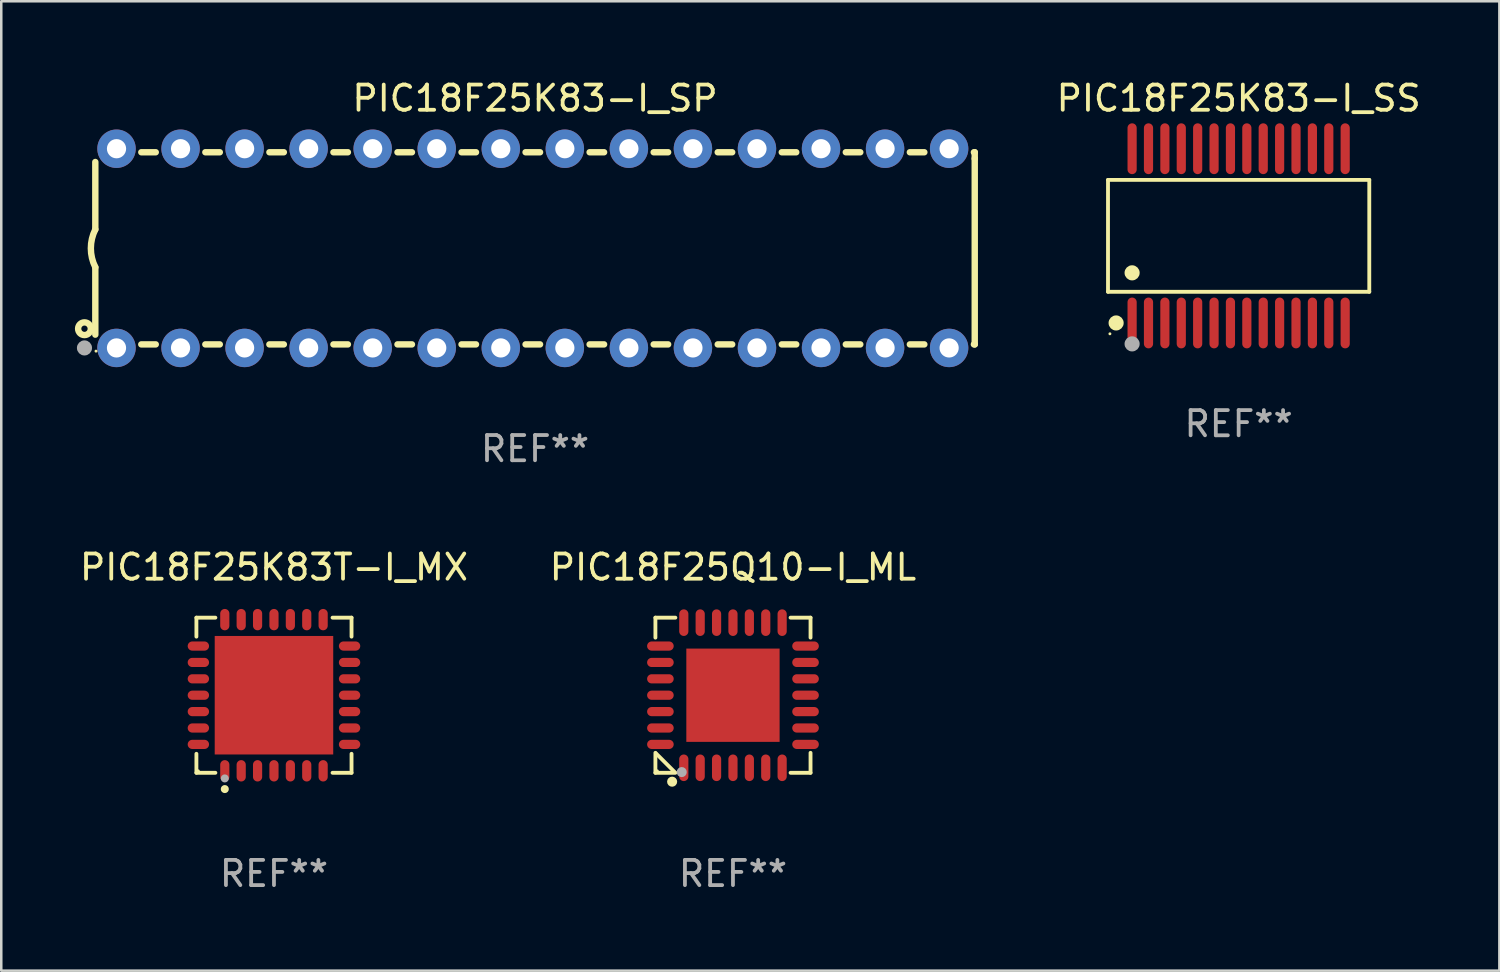
<source format=kicad_pcb>
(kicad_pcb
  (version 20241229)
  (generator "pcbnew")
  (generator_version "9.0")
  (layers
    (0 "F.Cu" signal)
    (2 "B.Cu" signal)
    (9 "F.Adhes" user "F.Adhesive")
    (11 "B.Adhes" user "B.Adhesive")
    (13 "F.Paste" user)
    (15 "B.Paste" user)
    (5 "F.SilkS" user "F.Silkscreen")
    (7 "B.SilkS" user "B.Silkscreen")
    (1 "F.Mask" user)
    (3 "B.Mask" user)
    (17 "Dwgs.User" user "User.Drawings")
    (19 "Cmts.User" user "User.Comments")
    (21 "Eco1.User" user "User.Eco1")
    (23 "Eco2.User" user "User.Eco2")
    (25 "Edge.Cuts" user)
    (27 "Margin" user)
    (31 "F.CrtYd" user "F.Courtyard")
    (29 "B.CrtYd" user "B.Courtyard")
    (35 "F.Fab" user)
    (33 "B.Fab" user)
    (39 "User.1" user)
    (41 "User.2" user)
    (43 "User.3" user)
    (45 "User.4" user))
  (footprint "PIC18F25K83-I_SS"
    (layer "F.Cu")
    (at 46.072 6.303)
    (property "Reference" "PIC18F25K83-I_SS" (at 0 -5.455 0) (layer "F.SilkS") (effects (font (size 1 1) (thickness 0.15))))
    (attr through_hole)
    (fp_line (start -5.181 -2.219) (end 5.181 -2.219) (stroke (width 0.152) (type solid)) (layer "F.SilkS"))
    (fp_line (start -5.181 2.219) (end -5.181 -2.219) (stroke (width 0.152) (type solid)) (layer "F.SilkS"))
    (fp_line (start 5.181 -2.219) (end 5.181 2.219) (stroke (width 0.152) (type solid)) (layer "F.SilkS"))
    (fp_line (start 5.181 2.219) (end -5.181 2.219) (stroke (width 0.152) (type solid)) (layer "F.SilkS"))
    (fp_circle (center -5.105 3.885) (end -5.075 3.885) (stroke (width 0.06) (type solid)) (fill no) (layer "F.SilkS"))
    (fp_circle (center -4.859 3.455) (end -4.709 3.455) (stroke (width 0.3) (type solid)) (fill no) (layer "F.SilkS"))
    (fp_circle (center -4.225 1.467) (end -4.075 1.467) (stroke (width 0.3) (type solid)) (fill no) (layer "F.SilkS"))
    (fp_circle (center -4.225 4.285) (end -4.075 4.285) (stroke (width 0.3) (type solid)) (fill no) (layer "F.Fab"))
    (fp_text user "REF**" (at 0 7.455 0) (layer "F.Fab") (effects (font (size 1 1) (thickness 0.15))))
    (pad "1" smd oval (at -4.225 3.455) (size 0.364 2.015) (layers "F.Cu" "F.Mask" "F.Paste"))
    (pad "2" smd oval (at -3.575 3.455) (size 0.364 2.015) (layers "F.Cu" "F.Mask" "F.Paste"))
    (pad "3" smd oval (at -2.925 3.455) (size 0.364 2.015) (layers "F.Cu" "F.Mask" "F.Paste"))
    (pad "4" smd oval (at -2.275 3.455) (size 0.364 2.015) (layers "F.Cu" "F.Mask" "F.Paste"))
    (pad "5" smd oval (at -1.625 3.455) (size 0.364 2.015) (layers "F.Cu" "F.Mask" "F.Paste"))
    (pad "6" smd oval (at -0.975 3.455) (size 0.364 2.015) (layers "F.Cu" "F.Mask" "F.Paste"))
    (pad "7" smd oval (at -0.325 3.455) (size 0.364 2.015) (layers "F.Cu" "F.Mask" "F.Paste"))
    (pad "8" smd oval (at 0.325 3.455) (size 0.364 2.015) (layers "F.Cu" "F.Mask" "F.Paste"))
    (pad "9" smd oval (at 0.975 3.455) (size 0.364 2.015) (layers "F.Cu" "F.Mask" "F.Paste"))
    (pad "10" smd oval (at 1.625 3.455) (size 0.364 2.015) (layers "F.Cu" "F.Mask" "F.Paste"))
    (pad "11" smd oval (at 2.275 3.455) (size 0.364 2.015) (layers "F.Cu" "F.Mask" "F.Paste"))
    (pad "12" smd oval (at 2.925 3.455) (size 0.364 2.015) (layers "F.Cu" "F.Mask" "F.Paste"))
    (pad "13" smd oval (at 3.575 3.455) (size 0.364 2.015) (layers "F.Cu" "F.Mask" "F.Paste"))
    (pad "14" smd oval (at 4.225 3.455) (size 0.364 2.015) (layers "F.Cu" "F.Mask" "F.Paste"))
    (pad "15" smd oval (at 4.225 -3.455) (size 0.364 2.015) (layers "F.Cu" "F.Mask" "F.Paste"))
    (pad "16" smd oval (at 3.575 -3.455) (size 0.364 2.015) (layers "F.Cu" "F.Mask" "F.Paste"))
    (pad "17" smd oval (at 2.925 -3.455) (size 0.364 2.015) (layers "F.Cu" "F.Mask" "F.Paste"))
    (pad "18" smd oval (at 2.275 -3.455) (size 0.364 2.015) (layers "F.Cu" "F.Mask" "F.Paste"))
    (pad "19" smd oval (at 1.625 -3.455) (size 0.364 2.015) (layers "F.Cu" "F.Mask" "F.Paste"))
    (pad "20" smd oval (at 0.975 -3.455) (size 0.364 2.015) (layers "F.Cu" "F.Mask" "F.Paste"))
    (pad "21" smd oval (at 0.325 -3.455) (size 0.364 2.015) (layers "F.Cu" "F.Mask" "F.Paste"))
    (pad "22" smd oval (at -0.325 -3.455) (size 0.364 2.015) (layers "F.Cu" "F.Mask" "F.Paste"))
    (pad "23" smd oval (at -0.975 -3.455) (size 0.364 2.015) (layers "F.Cu" "F.Mask" "F.Paste"))
    (pad "24" smd oval (at -1.625 -3.455) (size 0.364 2.015) (layers "F.Cu" "F.Mask" "F.Paste"))
    (pad "25" smd oval (at -2.275 -3.455) (size 0.364 2.015) (layers "F.Cu" "F.Mask" "F.Paste"))
    (pad "26" smd oval (at -2.925 -3.455) (size 0.364 2.015) (layers "F.Cu" "F.Mask" "F.Paste"))
    (pad "27" smd oval (at -3.575 -3.455) (size 0.364 2.015) (layers "F.Cu" "F.Mask" "F.Paste"))
    (pad "28" smd oval (at -4.225 -3.455) (size 0.364 2.015) (layers "F.Cu" "F.Mask" "F.Paste")))
  (footprint "PIC18F25K83-I_SP"
    (layer "F.Cu")
    (at 18.168 6.798)
    (property "Reference" "PIC18F25K83-I_SP" (at 0 -5.95 0) (layer "F.SilkS") (effects (font (size 1 1) (thickness 0.15))))
    (attr through_hole)
    (fp_line (start -17.438 0.75) (end -17.438 3.423) (stroke (width 0.254) (type solid)) (layer "F.SilkS"))
    (fp_line (start -17.438 -3.423) (end -17.438 -0.75) (stroke (width 0.254) (type solid)) (layer "F.SilkS"))
    (fp_line (start -15.615 3.81) (end -15.041 3.81) (stroke (width 0.254) (type solid)) (layer "F.SilkS"))
    (fp_line (start -15.041 -3.81) (end -15.614 -3.81) (stroke (width 0.254) (type solid)) (layer "F.SilkS"))
    (fp_line (start -13.075 3.81) (end -12.501 3.81) (stroke (width 0.254) (type solid)) (layer "F.SilkS"))
    (fp_line (start -12.501 -3.81) (end -13.074 -3.81) (stroke (width 0.254) (type solid)) (layer "F.SilkS"))
    (fp_line (start -10.535 3.81) (end -9.961 3.81) (stroke (width 0.254) (type solid)) (layer "F.SilkS"))
    (fp_line (start -9.961 -3.81) (end -10.534 -3.81) (stroke (width 0.254) (type solid)) (layer "F.SilkS"))
    (fp_line (start -7.995 3.81) (end -7.421 3.81) (stroke (width 0.254) (type solid)) (layer "F.SilkS"))
    (fp_line (start -7.421 -3.81) (end -7.995 -3.81) (stroke (width 0.254) (type solid)) (layer "F.SilkS"))
    (fp_line (start -5.455 3.81) (end -4.881 3.81) (stroke (width 0.254) (type solid)) (layer "F.SilkS"))
    (fp_line (start -4.881 -3.81) (end -5.455 -3.81) (stroke (width 0.254) (type solid)) (layer "F.SilkS"))
    (fp_line (start -2.915 3.81) (end -2.341 3.81) (stroke (width 0.254) (type solid)) (layer "F.SilkS"))
    (fp_line (start -2.341 -3.81) (end -2.915 -3.81) (stroke (width 0.254) (type solid)) (layer "F.SilkS"))
    (fp_line (start -0.375 3.81) (end 0.199 3.81) (stroke (width 0.254) (type solid)) (layer "F.SilkS"))
    (fp_line (start 0.199 -3.81) (end -0.375 -3.81) (stroke (width 0.254) (type solid)) (layer "F.SilkS"))
    (fp_line (start 2.165 3.81) (end 2.739 3.81) (stroke (width 0.254) (type solid)) (layer "F.SilkS"))
    (fp_line (start 2.739 -3.81) (end 2.165 -3.81) (stroke (width 0.254) (type solid)) (layer "F.SilkS"))
    (fp_line (start 4.705 3.81) (end 5.279 3.81) (stroke (width 0.254) (type solid)) (layer "F.SilkS"))
    (fp_line (start 5.279 -3.81) (end 4.705 -3.81) (stroke (width 0.254) (type solid)) (layer "F.SilkS"))
    (fp_line (start 7.245 3.81) (end 7.819 3.81) (stroke (width 0.254) (type solid)) (layer "F.SilkS"))
    (fp_line (start 7.819 -3.81) (end 7.245 -3.81) (stroke (width 0.254) (type solid)) (layer "F.SilkS"))
    (fp_line (start 9.785 3.81) (end 10.359 3.81) (stroke (width 0.254) (type solid)) (layer "F.SilkS"))
    (fp_line (start 10.359 -3.81) (end 9.785 -3.81) (stroke (width 0.254) (type solid)) (layer "F.SilkS"))
    (fp_line (start 12.325 3.81) (end 12.899 3.81) (stroke (width 0.254) (type solid)) (layer "F.SilkS"))
    (fp_line (start 12.899 -3.81) (end 12.325 -3.81) (stroke (width 0.254) (type solid)) (layer "F.SilkS"))
    (fp_line (start 14.865 3.81) (end 15.439 3.81) (stroke (width 0.254) (type solid)) (layer "F.SilkS"))
    (fp_line (start 15.439 -3.81) (end 14.865 -3.81) (stroke (width 0.254) (type solid)) (layer "F.SilkS"))
    (fp_line (start 17.405 3.81) (end 17.438 3.81) (stroke (width 0.254) (type solid)) (layer "F.SilkS"))
    (fp_line (start 17.438 -3.81) (end 17.405 -3.81) (stroke (width 0.254) (type solid)) (layer "F.SilkS"))
    (fp_line (start 17.438 -3.556) (end 17.438 -3.81) (stroke (width 0.254) (type solid)) (layer "F.SilkS"))
    (fp_line (start 17.438 3.81) (end 17.438 -3.556) (stroke (width 0.254) (type solid)) (layer "F.SilkS"))
    (fp_arc (start -17.437986 0.749657) (mid -17.614887 -0.000024) (end -17.437783 -0.749657) (stroke (width 0.254001) (type solid)) (layer "F.SilkS"))
    (fp_circle (center -17.868 3.188) (end -17.743 3.188) (stroke (width 0.254) (type solid)) (fill no) (layer "F.SilkS"))
    (fp_circle (center -17.411 4.077) (end -17.381 4.077) (stroke (width 0.06) (type solid)) (fill no) (layer "F.SilkS"))
    (fp_circle (center -17.868 3.95) (end -17.718 3.95) (stroke (width 0.3) (type solid)) (fill no) (layer "F.Fab"))
    (fp_text user "REF**" (at 0 7.95 0) (layer "F.Fab") (effects (font (size 1 1) (thickness 0.15))))
    (pad "1" thru_hole circle (at -16.598 3.95) (size 1.524 1.524) (drill 0.762) (layers "*.Cu" "*.Mask"))
    (pad "2" thru_hole circle (at -14.058 3.95) (size 1.524 1.524) (drill 0.762) (layers "*.Cu" "*.Mask"))
    (pad "3" thru_hole circle (at -11.518 3.95) (size 1.524 1.524) (drill 0.762) (layers "*.Cu" "*.Mask"))
    (pad "4" thru_hole circle (at -8.978 3.95) (size 1.524 1.524) (drill 0.762) (layers "*.Cu" "*.Mask"))
    (pad "5" thru_hole circle (at -6.438 3.95) (size 1.524 1.524) (drill 0.762) (layers "*.Cu" "*.Mask"))
    (pad "6" thru_hole circle (at -3.898 3.95) (size 1.524 1.524) (drill 0.762) (layers "*.Cu" "*.Mask"))
    (pad "7" thru_hole circle (at -1.358 3.95) (size 1.524 1.524) (drill 0.762) (layers "*.Cu" "*.Mask"))
    (pad "8" thru_hole circle (at 1.182 3.95) (size 1.524 1.524) (drill 0.762) (layers "*.Cu" "*.Mask"))
    (pad "9" thru_hole circle (at 3.722 3.95) (size 1.524 1.524) (drill 0.762) (layers "*.Cu" "*.Mask"))
    (pad "10" thru_hole circle (at 6.262 3.95) (size 1.524 1.524) (drill 0.762) (layers "*.Cu" "*.Mask"))
    (pad "11" thru_hole circle (at 8.802 3.95) (size 1.524 1.524) (drill 0.762) (layers "*.Cu" "*.Mask"))
    (pad "12" thru_hole circle (at 11.342 3.95) (size 1.524 1.524) (drill 0.762) (layers "*.Cu" "*.Mask"))
    (pad "13" thru_hole circle (at 13.882 3.95) (size 1.524 1.524) (drill 0.762) (layers "*.Cu" "*.Mask"))
    (pad "14" thru_hole circle (at 16.422 3.95) (size 1.524 1.524) (drill 0.762) (layers "*.Cu" "*.Mask"))
    (pad "15" thru_hole circle (at 16.422 -3.95) (size 1.524 1.524) (drill 0.762) (layers "*.Cu" "*.Mask"))
    (pad "16" thru_hole circle (at 13.882 -3.95) (size 1.524 1.524) (drill 0.762) (layers "*.Cu" "*.Mask"))
    (pad "17" thru_hole circle (at 11.342 -3.95) (size 1.524 1.524) (drill 0.762) (layers "*.Cu" "*.Mask"))
    (pad "18" thru_hole circle (at 8.802 -3.95) (size 1.524 1.524) (drill 0.762) (layers "*.Cu" "*.Mask"))
    (pad "19" thru_hole circle (at 6.262 -3.95) (size 1.524 1.524) (drill 0.762) (layers "*.Cu" "*.Mask"))
    (pad "20" thru_hole circle (at 3.722 -3.95) (size 1.524 1.524) (drill 0.762) (layers "*.Cu" "*.Mask"))
    (pad "21" thru_hole circle (at 1.182 -3.95) (size 1.524 1.524) (drill 0.762) (layers "*.Cu" "*.Mask"))
    (pad "22" thru_hole circle (at -1.358 -3.95) (size 1.524 1.524) (drill 0.762) (layers "*.Cu" "*.Mask"))
    (pad "23" thru_hole circle (at -3.898 -3.95) (size 1.524 1.524) (drill 0.762) (layers "*.Cu" "*.Mask"))
    (pad "24" thru_hole circle (at -6.438 -3.95) (size 1.524 1.524) (drill 0.762) (layers "*.Cu" "*.Mask"))
    (pad "25" thru_hole circle (at -8.978 -3.95) (size 1.524 1.524) (drill 0.762) (layers "*.Cu" "*.Mask"))
    (pad "26" thru_hole circle (at -11.517 -3.95) (size 1.524 1.524) (drill 0.762) (layers "*.Cu" "*.Mask"))
    (pad "27" thru_hole circle (at -14.057 -3.95) (size 1.524 1.524) (drill 0.762) (layers "*.Cu" "*.Mask"))
    (pad "28" thru_hole circle (at -16.597 -3.95) (size 1.524 1.524) (drill 0.762) (layers "*.Cu" "*.Mask")))
  (footprint "PIC18F25Q10-I_ML"
    (layer "F.Cu")
    (at 26.018 24.521)
    (property "Reference" "PIC18F25Q10-I_ML" (at 0 -5.076 0) (layer "F.SilkS") (effects (font (size 1 1) (thickness 0.15))))
    (attr through_hole)
    (fp_line (start -3.076 -3.076) (end -3.076 -2.284) (stroke (width 0.152) (type solid)) (layer "F.SilkS"))
    (fp_line (start -3.076 3.076) (end -3.076 2.284) (stroke (width 0.152) (type solid)) (layer "F.SilkS"))
    (fp_line (start -3.049 2.311) (end -2.311 3.049) (stroke (width 0.152) (type solid)) (layer "F.SilkS"))
    (fp_line (start -2.284 -3.076) (end -3.076 -3.076) (stroke (width 0.152) (type solid)) (layer "F.SilkS"))
    (fp_line (start -2.284 3.076) (end -3.076 3.076) (stroke (width 0.152) (type solid)) (layer "F.SilkS"))
    (fp_line (start 2.284 -3.076) (end 3.076 -3.076) (stroke (width 0.152) (type solid)) (layer "F.SilkS"))
    (fp_line (start 2.284 3.076) (end 3.076 3.076) (stroke (width 0.152) (type solid)) (layer "F.SilkS"))
    (fp_line (start 3.076 -3.076) (end 3.076 -2.284) (stroke (width 0.152) (type solid)) (layer "F.SilkS"))
    (fp_line (start 3.076 3.076) (end 3.076 2.284) (stroke (width 0.152) (type solid)) (layer "F.SilkS"))
    (fp_circle (center -3 3) (end -2.97 3) (stroke (width 0.06) (type solid)) (fill no) (layer "F.SilkS"))
    (fp_circle (center -2.413 3.429) (end -2.313 3.429) (stroke (width 0.2) (type solid)) (fill no) (layer "F.SilkS"))
    (fp_circle (center -2.032 3.048) (end -1.932 3.048) (stroke (width 0.2) (type solid)) (fill no) (layer "F.Fab"))
    (fp_text user "REF**" (at 0 7.076 0) (layer "F.Fab") (effects (font (size 1 1) (thickness 0.15))))
    (pad "1" smd oval (at -1.95 2.878) (size 0.364 1.055) (layers "F.Cu" "F.Mask" "F.Paste"))
    (pad "2" smd oval (at -1.3 2.878) (size 0.364 1.055) (layers "F.Cu" "F.Mask" "F.Paste"))
    (pad "3" smd oval (at -0.65 2.878) (size 0.364 1.055) (layers "F.Cu" "F.Mask" "F.Paste"))
    (pad "4" smd oval (at 0 2.878) (size 0.364 1.055) (layers "F.Cu" "F.Mask" "F.Paste"))
    (pad "5" smd oval (at 0.65 2.878) (size 0.364 1.055) (layers "F.Cu" "F.Mask" "F.Paste"))
    (pad "6" smd oval (at 1.3 2.878) (size 0.364 1.055) (layers "F.Cu" "F.Mask" "F.Paste"))
    (pad "7" smd oval (at 1.95 2.878) (size 0.364 1.055) (layers "F.Cu" "F.Mask" "F.Paste"))
    (pad "8" smd oval (at 2.878 1.95) (size 1.055 0.364) (layers "F.Cu" "F.Mask" "F.Paste"))
    (pad "9" smd oval (at 2.878 1.3) (size 1.055 0.364) (layers "F.Cu" "F.Mask" "F.Paste"))
    (pad "10" smd oval (at 2.878 0.65) (size 1.055 0.364) (layers "F.Cu" "F.Mask" "F.Paste"))
    (pad "11" smd oval (at 2.878 0) (size 1.055 0.364) (layers "F.Cu" "F.Mask" "F.Paste"))
    (pad "12" smd oval (at 2.878 -0.65) (size 1.055 0.364) (layers "F.Cu" "F.Mask" "F.Paste"))
    (pad "13" smd oval (at 2.878 -1.3) (size 1.055 0.364) (layers "F.Cu" "F.Mask" "F.Paste"))
    (pad "14" smd oval (at 2.878 -1.95) (size 1.055 0.364) (layers "F.Cu" "F.Mask" "F.Paste"))
    (pad "15" smd oval (at 1.95 -2.878) (size 0.364 1.055) (layers "F.Cu" "F.Mask" "F.Paste"))
    (pad "16" smd oval (at 1.3 -2.878) (size 0.364 1.055) (layers "F.Cu" "F.Mask" "F.Paste"))
    (pad "17" smd oval (at 0.65 -2.878) (size 0.364 1.055) (layers "F.Cu" "F.Mask" "F.Paste"))
    (pad "18" smd oval (at 0 -2.878) (size 0.364 1.055) (layers "F.Cu" "F.Mask" "F.Paste"))
    (pad "19" smd oval (at -0.65 -2.878) (size 0.364 1.055) (layers "F.Cu" "F.Mask" "F.Paste"))
    (pad "20" smd oval (at -1.3 -2.878) (size 0.364 1.055) (layers "F.Cu" "F.Mask" "F.Paste"))
    (pad "21" smd oval (at -1.95 -2.878) (size 0.364 1.055) (layers "F.Cu" "F.Mask" "F.Paste"))
    (pad "22" smd oval (at -2.878 -1.95) (size 1.055 0.364) (layers "F.Cu" "F.Mask" "F.Paste"))
    (pad "23" smd oval (at -2.878 -1.3) (size 1.055 0.364) (layers "F.Cu" "F.Mask" "F.Paste"))
    (pad "24" smd oval (at -2.878 -0.65) (size 1.055 0.364) (layers "F.Cu" "F.Mask" "F.Paste"))
    (pad "25" smd oval (at -2.878 0) (size 1.055 0.364) (layers "F.Cu" "F.Mask" "F.Paste"))
    (pad "26" smd oval (at -2.878 0.65) (size 1.055 0.364) (layers "F.Cu" "F.Mask" "F.Paste"))
    (pad "27" smd oval (at -2.878 1.3) (size 1.055 0.364) (layers "F.Cu" "F.Mask" "F.Paste"))
    (pad "28" smd oval (at -2.878 1.95) (size 1.055 0.364) (layers "F.Cu" "F.Mask" "F.Paste"))
    (pad "29" smd rect (at 0 0) (size 3.7 3.7) (layers "F.Cu" "F.Mask" "F.Paste")))
  (footprint "PIC18F25K83T-I_MX"
    (layer "F.Cu")
    (at 7.815 24.521)
    (property "Reference" "PIC18F25K83T-I_MX" (at 0 -5.076 0) (layer "F.SilkS") (effects (font (size 1 1) (thickness 0.15))))
    (attr through_hole)
    (fp_line (start -3.076 -3.076) (end -2.323 -3.076) (stroke (width 0.152) (type solid)) (layer "F.SilkS"))
    (fp_line (start -3.076 -2.323) (end -3.076 -3.076) (stroke (width 0.152) (type solid)) (layer "F.SilkS"))
    (fp_line (start -3.076 2.323) (end -3.076 3.076) (stroke (width 0.152) (type solid)) (layer "F.SilkS"))
    (fp_line (start -3.076 3.076) (end -2.323 3.076) (stroke (width 0.152) (type solid)) (layer "F.SilkS"))
    (fp_line (start 3.076 -3.076) (end 2.323 -3.076) (stroke (width 0.152) (type solid)) (layer "F.SilkS"))
    (fp_line (start 3.076 -2.323) (end 3.076 -3.076) (stroke (width 0.152) (type solid)) (layer "F.SilkS"))
    (fp_line (start 3.076 2.323) (end 3.076 3.076) (stroke (width 0.152) (type solid)) (layer "F.SilkS"))
    (fp_line (start 3.076 3.076) (end 2.323 3.076) (stroke (width 0.152) (type solid)) (layer "F.SilkS"))
    (fp_circle (center -3 3) (end -2.97 3) (stroke (width 0.06) (type solid)) (fill no) (layer "F.SilkS"))
    (fp_circle (center -1.95 3.722) (end -1.87 3.722) (stroke (width 0.16) (type solid)) (fill no) (layer "F.SilkS"))
    (fp_circle (center -1.95 3.3) (end -1.87 3.3) (stroke (width 0.16) (type solid)) (fill no) (layer "F.Fab"))
    (fp_text user "REF**" (at 0 7.076 0) (layer "F.Fab") (effects (font (size 1 1) (thickness 0.15))))
    (pad "1" smd oval (at -1.95 2.998) (size 0.364 0.847) (layers "F.Cu" "F.Mask" "F.Paste"))
    (pad "2" smd oval (at -1.3 2.998) (size 0.364 0.847) (layers "F.Cu" "F.Mask" "F.Paste"))
    (pad "3" smd oval (at -0.65 2.998) (size 0.364 0.847) (layers "F.Cu" "F.Mask" "F.Paste"))
    (pad "4" smd oval (at 0 2.998) (size 0.364 0.847) (layers "F.Cu" "F.Mask" "F.Paste"))
    (pad "5" smd oval (at 0.65 2.998) (size 0.364 0.847) (layers "F.Cu" "F.Mask" "F.Paste"))
    (pad "6" smd oval (at 1.3 2.998) (size 0.364 0.847) (layers "F.Cu" "F.Mask" "F.Paste"))
    (pad "7" smd oval (at 1.95 2.998) (size 0.364 0.847) (layers "F.Cu" "F.Mask" "F.Paste"))
    (pad "8" smd oval (at 2.998 1.95) (size 0.847 0.364) (layers "F.Cu" "F.Mask" "F.Paste"))
    (pad "9" smd oval (at 2.998 1.3) (size 0.847 0.364) (layers "F.Cu" "F.Mask" "F.Paste"))
    (pad "10" smd oval (at 2.998 0.65) (size 0.847 0.364) (layers "F.Cu" "F.Mask" "F.Paste"))
    (pad "11" smd oval (at 2.998 0) (size 0.847 0.364) (layers "F.Cu" "F.Mask" "F.Paste"))
    (pad "12" smd oval (at 2.998 -0.65) (size 0.847 0.364) (layers "F.Cu" "F.Mask" "F.Paste"))
    (pad "13" smd oval (at 2.998 -1.3) (size 0.847 0.364) (layers "F.Cu" "F.Mask" "F.Paste"))
    (pad "14" smd oval (at 2.998 -1.95) (size 0.847 0.364) (layers "F.Cu" "F.Mask" "F.Paste"))
    (pad "15" smd oval (at 1.95 -2.998) (size 0.364 0.847) (layers "F.Cu" "F.Mask" "F.Paste"))
    (pad "16" smd oval (at 1.3 -2.998) (size 0.364 0.847) (layers "F.Cu" "F.Mask" "F.Paste"))
    (pad "17" smd oval (at 0.65 -2.998) (size 0.364 0.847) (layers "F.Cu" "F.Mask" "F.Paste"))
    (pad "18" smd oval (at 0 -2.998) (size 0.364 0.847) (layers "F.Cu" "F.Mask" "F.Paste"))
    (pad "19" smd oval (at -0.65 -2.998) (size 0.364 0.847) (layers "F.Cu" "F.Mask" "F.Paste"))
    (pad "20" smd oval (at -1.3 -2.998) (size 0.364 0.847) (layers "F.Cu" "F.Mask" "F.Paste"))
    (pad "21" smd oval (at -1.95 -2.998) (size 0.364 0.847) (layers "F.Cu" "F.Mask" "F.Paste"))
    (pad "22" smd oval (at -2.998 -1.95) (size 0.847 0.364) (layers "F.Cu" "F.Mask" "F.Paste"))
    (pad "23" smd oval (at -2.998 -1.3) (size 0.847 0.364) (layers "F.Cu" "F.Mask" "F.Paste"))
    (pad "24" smd oval (at -2.998 -0.65) (size 0.847 0.364) (layers "F.Cu" "F.Mask" "F.Paste"))
    (pad "25" smd oval (at -2.998 0) (size 0.847 0.364) (layers "F.Cu" "F.Mask" "F.Paste"))
    (pad "26" smd oval (at -2.998 0.65) (size 0.847 0.364) (layers "F.Cu" "F.Mask" "F.Paste"))
    (pad "27" smd oval (at -2.998 1.3) (size 0.847 0.364) (layers "F.Cu" "F.Mask" "F.Paste"))
    (pad "28" smd oval (at -2.998 1.95) (size 0.847 0.364) (layers "F.Cu" "F.Mask" "F.Paste"))
    (pad "29" smd rect (at 0 0) (size 4.7 4.7) (layers "F.Cu" "F.Mask" "F.Paste")))
  (gr_rect
    (start -3 -3)
    (end 56.412 35.445)
    (stroke (width 0.1) (type default))
    (fill no)
    (layer "Edge.Cuts")))
</source>
